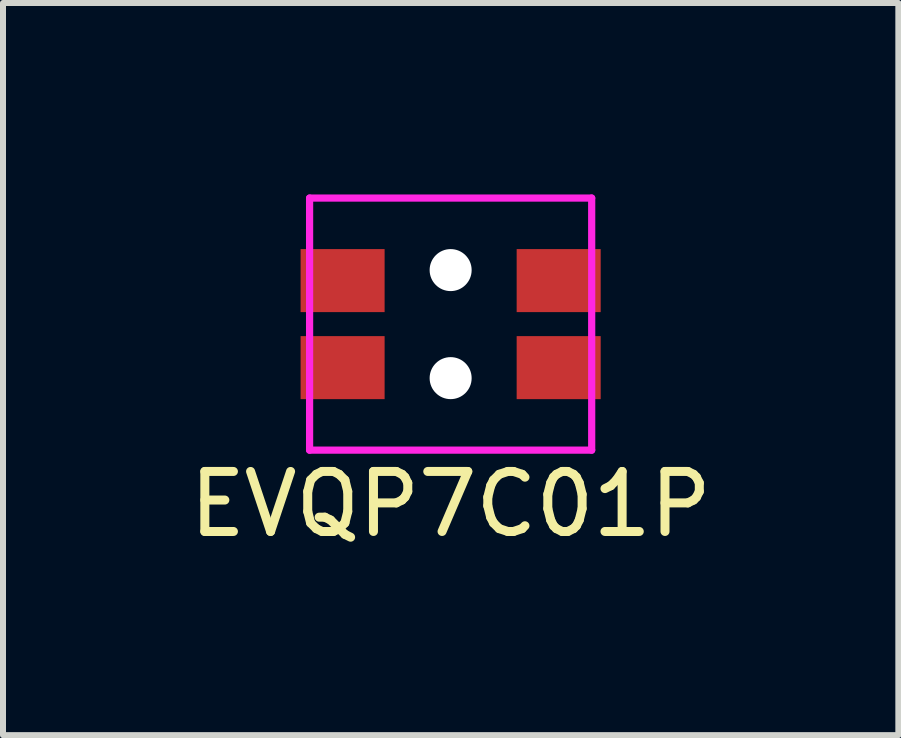
<source format=kicad_pcb>
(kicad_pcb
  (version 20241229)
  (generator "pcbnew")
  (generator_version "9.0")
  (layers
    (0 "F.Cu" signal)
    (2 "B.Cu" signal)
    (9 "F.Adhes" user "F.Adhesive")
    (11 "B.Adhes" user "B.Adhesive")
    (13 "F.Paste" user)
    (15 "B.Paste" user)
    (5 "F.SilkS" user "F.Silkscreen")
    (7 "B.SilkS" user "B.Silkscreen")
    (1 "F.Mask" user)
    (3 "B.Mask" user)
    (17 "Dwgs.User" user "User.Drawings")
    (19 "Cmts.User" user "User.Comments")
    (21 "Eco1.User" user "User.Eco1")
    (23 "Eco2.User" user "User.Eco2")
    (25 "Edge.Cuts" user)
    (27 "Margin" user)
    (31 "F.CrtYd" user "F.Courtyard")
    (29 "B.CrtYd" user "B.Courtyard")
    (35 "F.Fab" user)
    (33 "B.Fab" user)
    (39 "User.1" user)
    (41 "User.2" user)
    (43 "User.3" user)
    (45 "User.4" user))
  (footprint "EVQP7C01P"
    (layer "F.Cu")
    (at 4.458 0.25)
    (property "Reference" "EVQP7C01P" (at 0 5.1 0) (layer "F.SilkS") (effects (font (size 1 1) (thickness 0.15))))
    (attr through_hole)
    (fp_line (start -2.35 0) (end 2.35 0) (stroke (width 0.254) (type solid)) (layer "Eco1.User"))
    (fp_line (start -2.35 0) (end -2.35 4.2) (stroke (width 0.12) (type solid)) (layer "F.CrtYd"))
    (fp_line (start -2.35 0) (end 2.35 0) (stroke (width 0.12) (type solid)) (layer "F.CrtYd"))
    (fp_line (start 2.35 4.2) (end -2.35 4.2) (stroke (width 0.12) (type solid)) (layer "F.CrtYd"))
    (fp_line (start 2.35 4.2) (end 2.35 0) (stroke (width 0.12) (type solid)) (layer "F.CrtYd"))
    (pad "" np_thru_hole circle (at 0 1.2) (size 0.7 0.7) (drill 0.7) (layers "*.Cu" "*.Mask"))
    (pad "" np_thru_hole circle (at 0 3) (size 0.7 0.7) (drill 0.7) (layers "*.Cu" "*.Mask"))
    (pad "" smd rect (at 1.8 1.375 180) (size 1.4 1.05) (layers "F.Cu" "F.Mask" "F.Paste"))
    (pad "" smd rect (at 1.8 2.825 180) (size 1.4 1.05) (layers "F.Cu" "F.Mask" "F.Paste"))
    (pad "1" smd rect (at -1.8 1.375) (size 1.4 1.05) (layers "F.Cu" "F.Mask" "F.Paste"))
    (pad "2" smd rect (at -1.8 2.825) (size 1.4 1.05) (layers "F.Cu" "F.Mask" "F.Paste")))
  (gr_rect
    (start -3 -3)
    (end 11.917 9.198)
    (stroke (width 0.1) (type default))
    (fill no)
    (layer "Edge.Cuts")))
</source>
